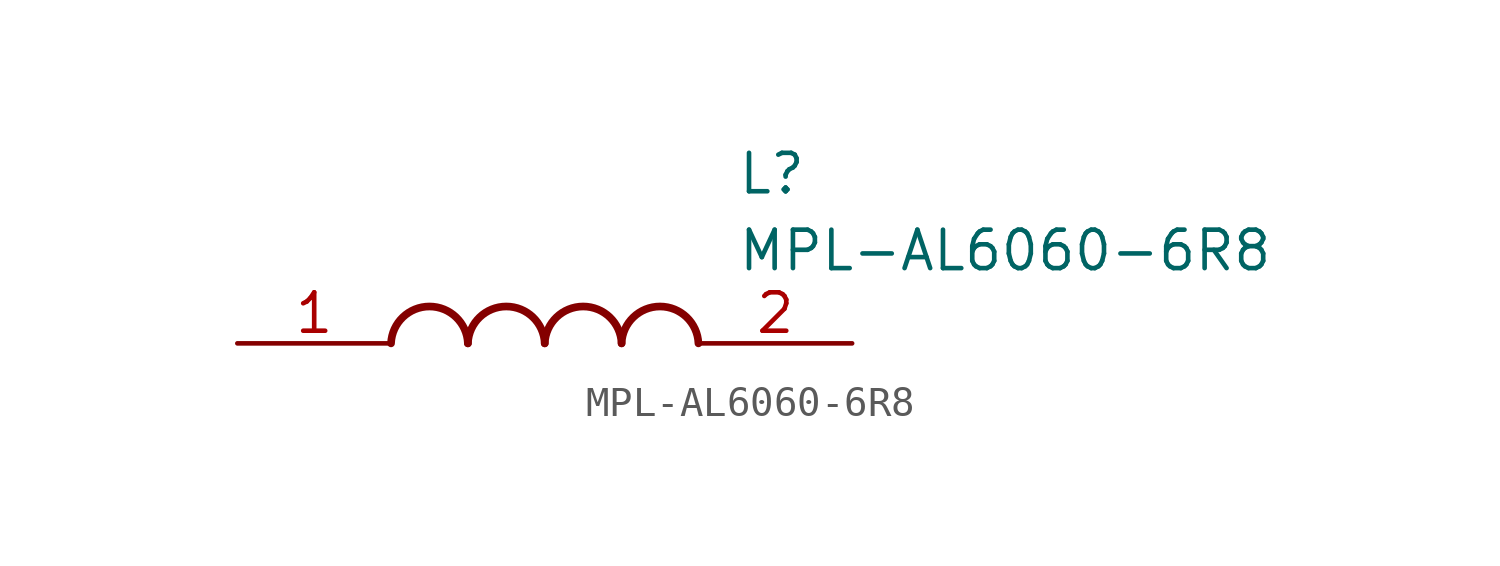
<source format=kicad_sym>
(kicad_symbol_lib
  (version 20211014)
  (generator SamacSys_ECAD_Model)
  (symbol "MPL-AL6060-6R8"
    (pin_names hide)
    (property "Reference" "L"
      (at 16.51 6.35 0)
      (effects (font (size 1.27 1.27)) (justify left top)))
    (property "Value" "MPL-AL6060-6R8"
      (at 16.51 3.81 0)
      (effects (font (size 1.27 1.27)) (justify left top)))
    (arc
      (start 7.62 0)
      (mid 6.35 1.219)
      (end 5.08 0)
      (stroke (width 0.254) (type default))
      (fill (type none)))
    (arc
      (start 10.16 0)
      (mid 8.89 1.219)
      (end 7.62 0)
      (stroke (width 0.254) (type default))
      (fill (type none)))
    (arc
      (start 12.7 0)
      (mid 11.43 1.219)
      (end 10.16 0)
      (stroke (width 0.254) (type default))
      (fill (type none)))
    (arc
      (start 15.24 0)
      (mid 13.97 1.219)
      (end 12.7 0)
      (stroke (width 0.254) (type default))
      (fill (type none)))
    (pin passive line
      (at 0 0 0)
      (length 5.08)
      (name "1" (effects (font (size 1.27 1.27))))
      (number "1" (effects (font (size 1.27 1.27)))))
    (pin passive line
      (at 20.32 0 180)
      (length 5.08)
      (name "2" (effects (font (size 1.27 1.27))))
      (number "2" (effects (font (size 1.27 1.27)))))))
</source>
